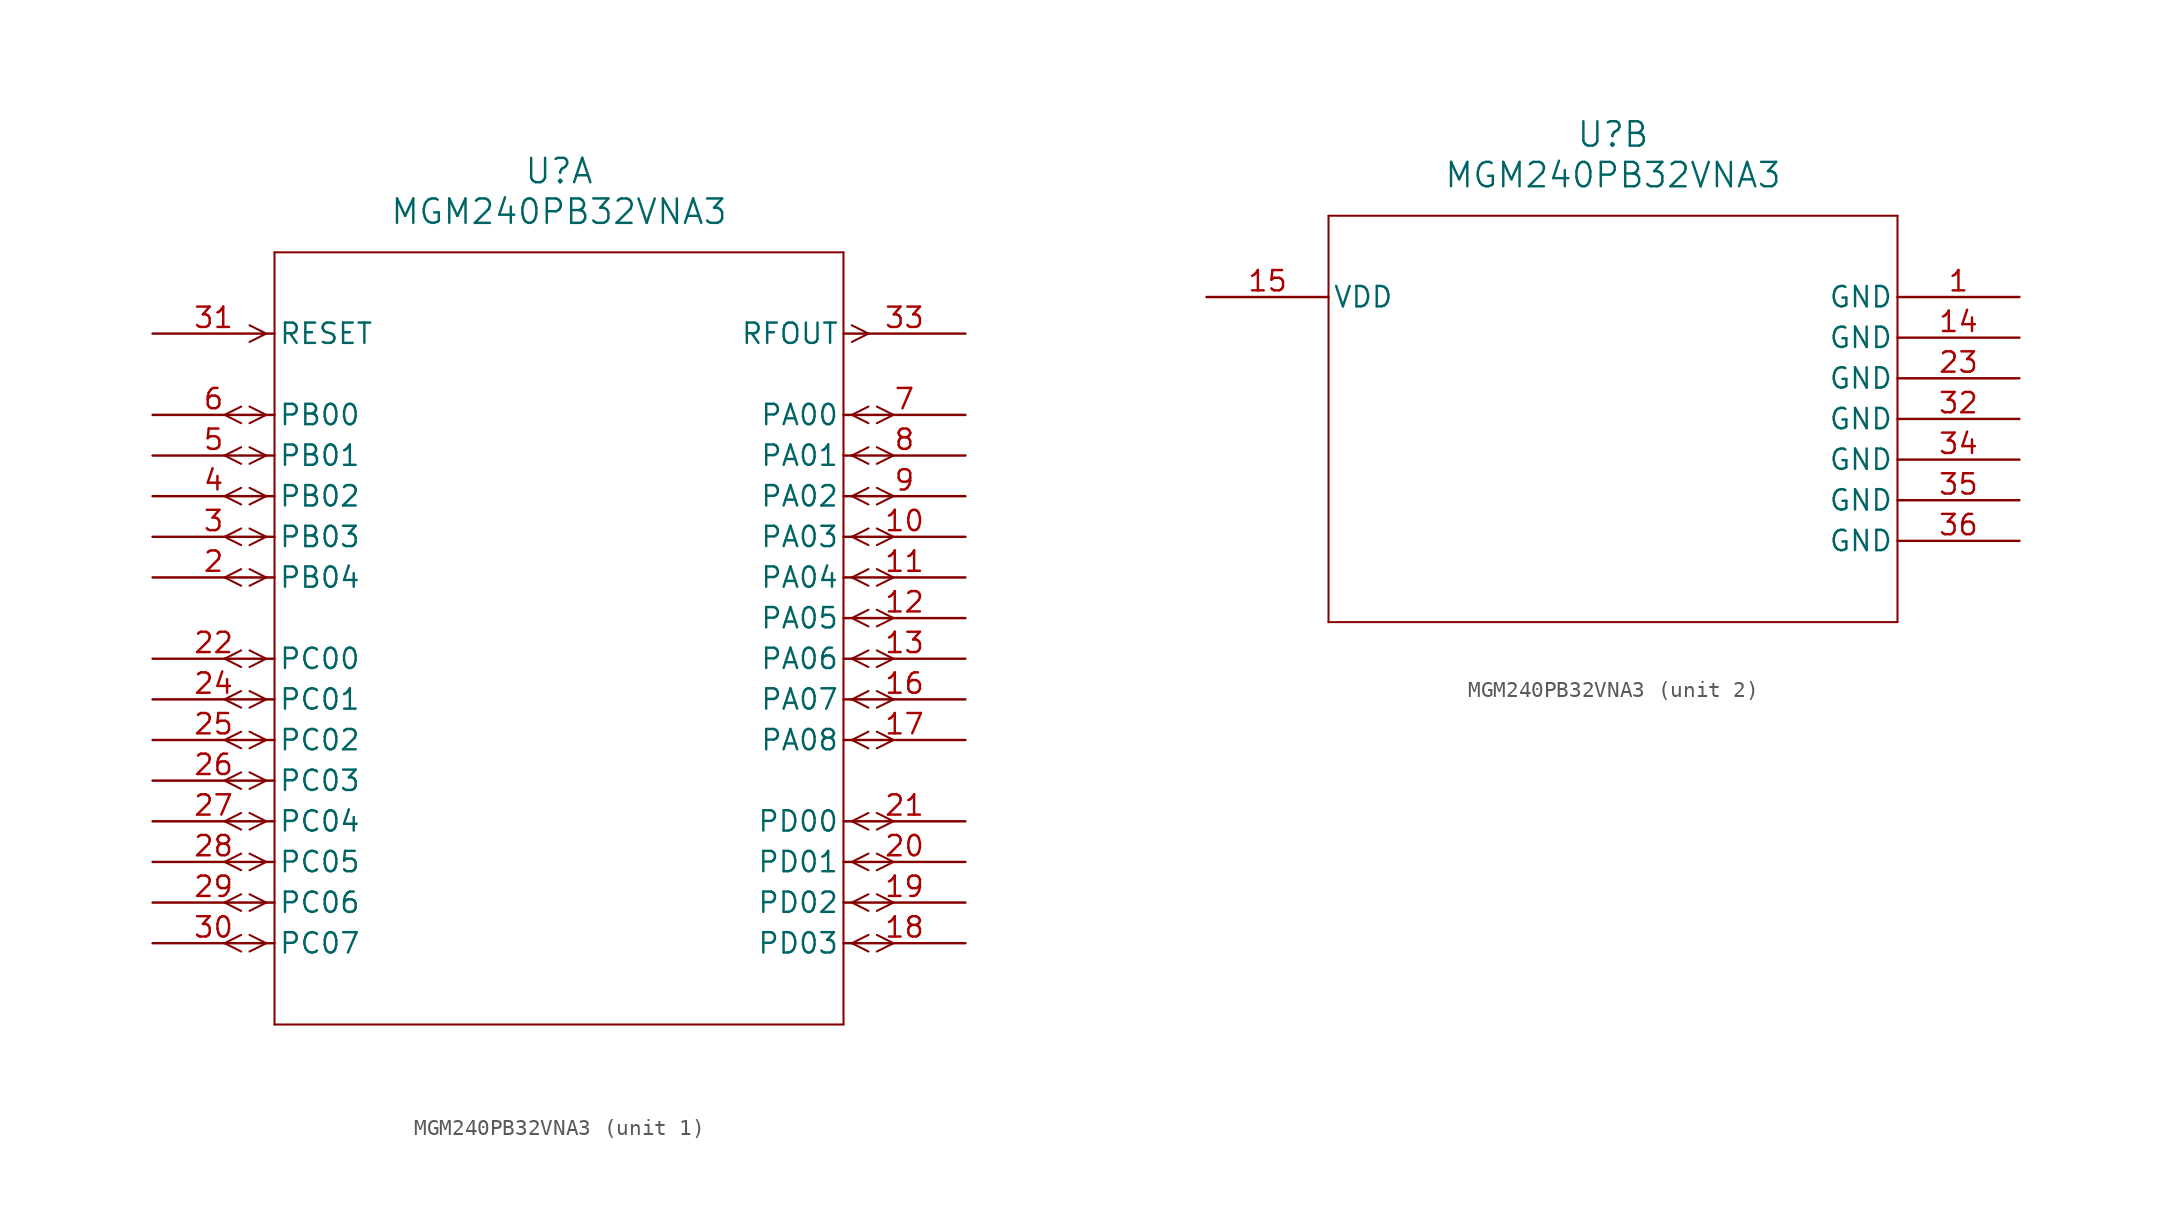
<source format=kicad_sym>
(kicad_symbol_lib
  (version 20211014)
  (generator kicad_symbol_editor)
  (symbol "MGM240PB32VNA3"
    (pin_names
      (offset 0.254))
    (property "Reference" "U"
      (at 25.4 10.16 0)
      (effects (font (size 1.524 1.524))))
    (property "Value" "MGM240PB32VNA3"
      (at 25.4 7.62 0)
      (effects (font (size 1.524 1.524))))
    (symbol "MGM240PB32VNA3_1_1"
      (polyline (pts (xy 7.099 0) (xy 6.058 0.521)) (stroke (width 0.127) (type default) (color 0 0 0 0)) (fill (type none)))
      (polyline (pts (xy 7.099 0) (xy 6.058 -0.521)) (stroke (width 0.127) (type default) (color 0 0 0 0)) (fill (type none)))
      (polyline (pts (xy 7.099 -5.08) (xy 6.058 -4.559)) (stroke (width 0.127) (type default) (color 0 0 0 0)) (fill (type none)))
      (polyline (pts (xy 7.099 -5.08) (xy 6.058 -5.601)) (stroke (width 0.127) (type default) (color 0 0 0 0)) (fill (type none)))
      (polyline (pts (xy 5.537 -4.559) (xy 4.496 -5.08)) (stroke (width 0.127) (type default) (color 0 0 0 0)) (fill (type none)))
      (polyline (pts (xy 5.537 -5.601) (xy 4.496 -5.08)) (stroke (width 0.127) (type default) (color 0 0 0 0)) (fill (type none)))
      (polyline (pts (xy 7.099 -7.62) (xy 6.058 -7.099)) (stroke (width 0.127) (type default) (color 0 0 0 0)) (fill (type none)))
      (polyline (pts (xy 7.099 -7.62) (xy 6.058 -8.141)) (stroke (width 0.127) (type default) (color 0 0 0 0)) (fill (type none)))
      (polyline (pts (xy 5.537 -7.099) (xy 4.496 -7.62)) (stroke (width 0.127) (type default) (color 0 0 0 0)) (fill (type none)))
      (polyline (pts (xy 5.537 -8.141) (xy 4.496 -7.62)) (stroke (width 0.127) (type default) (color 0 0 0 0)) (fill (type none)))
      (polyline (pts (xy 7.099 -10.16) (xy 6.058 -9.639)) (stroke (width 0.127) (type default) (color 0 0 0 0)) (fill (type none)))
      (polyline (pts (xy 7.099 -10.16) (xy 6.058 -10.681)) (stroke (width 0.127) (type default) (color 0 0 0 0)) (fill (type none)))
      (polyline (pts (xy 5.537 -9.639) (xy 4.496 -10.16)) (stroke (width 0.127) (type default) (color 0 0 0 0)) (fill (type none)))
      (polyline (pts (xy 5.537 -10.681) (xy 4.496 -10.16)) (stroke (width 0.127) (type default) (color 0 0 0 0)) (fill (type none)))
      (polyline (pts (xy 7.099 -12.7) (xy 6.058 -12.179)) (stroke (width 0.127) (type default) (color 0 0 0 0)) (fill (type none)))
      (polyline (pts (xy 7.099 -12.7) (xy 6.058 -13.221)) (stroke (width 0.127) (type default) (color 0 0 0 0)) (fill (type none)))
      (polyline (pts (xy 5.537 -12.179) (xy 4.496 -12.7)) (stroke (width 0.127) (type default) (color 0 0 0 0)) (fill (type none)))
      (polyline (pts (xy 5.537 -13.221) (xy 4.496 -12.7)) (stroke (width 0.127) (type default) (color 0 0 0 0)) (fill (type none)))
      (polyline (pts (xy 7.099 -15.24) (xy 6.058 -14.719)) (stroke (width 0.127) (type default) (color 0 0 0 0)) (fill (type none)))
      (polyline (pts (xy 7.099 -15.24) (xy 6.058 -15.761)) (stroke (width 0.127) (type default) (color 0 0 0 0)) (fill (type none)))
      (polyline (pts (xy 5.537 -14.719) (xy 4.496 -15.24)) (stroke (width 0.127) (type default) (color 0 0 0 0)) (fill (type none)))
      (polyline (pts (xy 5.537 -15.761) (xy 4.496 -15.24)) (stroke (width 0.127) (type default) (color 0 0 0 0)) (fill (type none)))
      (polyline (pts (xy 7.099 -20.32) (xy 6.058 -19.799)) (stroke (width 0.127) (type default) (color 0 0 0 0)) (fill (type none)))
      (polyline (pts (xy 7.099 -20.32) (xy 6.058 -20.841)) (stroke (width 0.127) (type default) (color 0 0 0 0)) (fill (type none)))
      (polyline (pts (xy 5.537 -19.799) (xy 4.496 -20.32)) (stroke (width 0.127) (type default) (color 0 0 0 0)) (fill (type none)))
      (polyline (pts (xy 5.537 -20.841) (xy 4.496 -20.32)) (stroke (width 0.127) (type default) (color 0 0 0 0)) (fill (type none)))
      (polyline (pts (xy 7.099 -22.86) (xy 6.058 -22.339)) (stroke (width 0.127) (type default) (color 0 0 0 0)) (fill (type none)))
      (polyline (pts (xy 7.099 -22.86) (xy 6.058 -23.381)) (stroke (width 0.127) (type default) (color 0 0 0 0)) (fill (type none)))
      (polyline (pts (xy 5.537 -22.339) (xy 4.496 -22.86)) (stroke (width 0.127) (type default) (color 0 0 0 0)) (fill (type none)))
      (polyline (pts (xy 5.537 -23.381) (xy 4.496 -22.86)) (stroke (width 0.127) (type default) (color 0 0 0 0)) (fill (type none)))
      (polyline (pts (xy 7.099 -25.4) (xy 6.058 -24.879)) (stroke (width 0.127) (type default) (color 0 0 0 0)) (fill (type none)))
      (polyline (pts (xy 7.099 -25.4) (xy 6.058 -25.921)) (stroke (width 0.127) (type default) (color 0 0 0 0)) (fill (type none)))
      (polyline (pts (xy 5.537 -24.879) (xy 4.496 -25.4)) (stroke (width 0.127) (type default) (color 0 0 0 0)) (fill (type none)))
      (polyline (pts (xy 5.537 -25.921) (xy 4.496 -25.4)) (stroke (width 0.127) (type default) (color 0 0 0 0)) (fill (type none)))
      (polyline (pts (xy 7.099 -27.94) (xy 6.058 -27.419)) (stroke (width 0.127) (type default) (color 0 0 0 0)) (fill (type none)))
      (polyline (pts (xy 7.099 -27.94) (xy 6.058 -28.461)) (stroke (width 0.127) (type default) (color 0 0 0 0)) (fill (type none)))
      (polyline (pts (xy 5.537 -27.419) (xy 4.496 -27.94)) (stroke (width 0.127) (type default) (color 0 0 0 0)) (fill (type none)))
      (polyline (pts (xy 5.537 -28.461) (xy 4.496 -27.94)) (stroke (width 0.127) (type default) (color 0 0 0 0)) (fill (type none)))
      (polyline (pts (xy 7.099 -30.48) (xy 6.058 -29.959)) (stroke (width 0.127) (type default) (color 0 0 0 0)) (fill (type none)))
      (polyline (pts (xy 7.099 -30.48) (xy 6.058 -31.001)) (stroke (width 0.127) (type default) (color 0 0 0 0)) (fill (type none)))
      (polyline (pts (xy 5.537 -29.959) (xy 4.496 -30.48)) (stroke (width 0.127) (type default) (color 0 0 0 0)) (fill (type none)))
      (polyline (pts (xy 5.537 -31.001) (xy 4.496 -30.48)) (stroke (width 0.127) (type default) (color 0 0 0 0)) (fill (type none)))
      (polyline (pts (xy 7.099 -33.02) (xy 6.058 -32.499)) (stroke (width 0.127) (type default) (color 0 0 0 0)) (fill (type none)))
      (polyline (pts (xy 7.099 -33.02) (xy 6.058 -33.541)) (stroke (width 0.127) (type default) (color 0 0 0 0)) (fill (type none)))
      (polyline (pts (xy 5.537 -32.499) (xy 4.496 -33.02)) (stroke (width 0.127) (type default) (color 0 0 0 0)) (fill (type none)))
      (polyline (pts (xy 5.537 -33.541) (xy 4.496 -33.02)) (stroke (width 0.127) (type default) (color 0 0 0 0)) (fill (type none)))
      (polyline (pts (xy 7.099 -35.56) (xy 6.058 -35.039)) (stroke (width 0.127) (type default) (color 0 0 0 0)) (fill (type none)))
      (polyline (pts (xy 7.099 -35.56) (xy 6.058 -36.081)) (stroke (width 0.127) (type default) (color 0 0 0 0)) (fill (type none)))
      (polyline (pts (xy 5.537 -35.039) (xy 4.496 -35.56)) (stroke (width 0.127) (type default) (color 0 0 0 0)) (fill (type none)))
      (polyline (pts (xy 5.537 -36.081) (xy 4.496 -35.56)) (stroke (width 0.127) (type default) (color 0 0 0 0)) (fill (type none)))
      (polyline (pts (xy 7.099 -38.1) (xy 6.058 -37.579)) (stroke (width 0.127) (type default) (color 0 0 0 0)) (fill (type none)))
      (polyline (pts (xy 7.099 -38.1) (xy 6.058 -38.621)) (stroke (width 0.127) (type default) (color 0 0 0 0)) (fill (type none)))
      (polyline (pts (xy 5.537 -37.579) (xy 4.496 -38.1)) (stroke (width 0.127) (type default) (color 0 0 0 0)) (fill (type none)))
      (polyline (pts (xy 5.537 -38.621) (xy 4.496 -38.1)) (stroke (width 0.127) (type default) (color 0 0 0 0)) (fill (type none)))
      (polyline (pts (xy 43.701 0.521) (xy 44.742 0)) (stroke (width 0.127) (type default) (color 0 0 0 0)) (fill (type none)))
      (polyline (pts (xy 43.701 -0.521) (xy 44.742 0)) (stroke (width 0.127) (type default) (color 0 0 0 0)) (fill (type none)))
      (polyline (pts (xy 43.701 -5.08) (xy 44.742 -4.559)) (stroke (width 0.127) (type default) (color 0 0 0 0)) (fill (type none)))
      (polyline (pts (xy 43.701 -5.08) (xy 44.742 -5.601)) (stroke (width 0.127) (type default) (color 0 0 0 0)) (fill (type none)))
      (polyline (pts (xy 45.263 -4.559) (xy 46.304 -5.08)) (stroke (width 0.127) (type default) (color 0 0 0 0)) (fill (type none)))
      (polyline (pts (xy 45.263 -5.601) (xy 46.304 -5.08)) (stroke (width 0.127) (type default) (color 0 0 0 0)) (fill (type none)))
      (polyline (pts (xy 43.701 -7.62) (xy 44.742 -7.099)) (stroke (width 0.127) (type default) (color 0 0 0 0)) (fill (type none)))
      (polyline (pts (xy 43.701 -7.62) (xy 44.742 -8.141)) (stroke (width 0.127) (type default) (color 0 0 0 0)) (fill (type none)))
      (polyline (pts (xy 45.263 -7.099) (xy 46.304 -7.62)) (stroke (width 0.127) (type default) (color 0 0 0 0)) (fill (type none)))
      (polyline (pts (xy 45.263 -8.141) (xy 46.304 -7.62)) (stroke (width 0.127) (type default) (color 0 0 0 0)) (fill (type none)))
      (polyline (pts (xy 43.701 -10.16) (xy 44.742 -9.639)) (stroke (width 0.127) (type default) (color 0 0 0 0)) (fill (type none)))
      (polyline (pts (xy 43.701 -10.16) (xy 44.742 -10.681)) (stroke (width 0.127) (type default) (color 0 0 0 0)) (fill (type none)))
      (polyline (pts (xy 45.263 -9.639) (xy 46.304 -10.16)) (stroke (width 0.127) (type default) (color 0 0 0 0)) (fill (type none)))
      (polyline (pts (xy 45.263 -10.681) (xy 46.304 -10.16)) (stroke (width 0.127) (type default) (color 0 0 0 0)) (fill (type none)))
      (polyline (pts (xy 43.701 -12.7) (xy 44.742 -12.179)) (stroke (width 0.127) (type default) (color 0 0 0 0)) (fill (type none)))
      (polyline (pts (xy 43.701 -12.7) (xy 44.742 -13.221)) (stroke (width 0.127) (type default) (color 0 0 0 0)) (fill (type none)))
      (polyline (pts (xy 45.263 -12.179) (xy 46.304 -12.7)) (stroke (width 0.127) (type default) (color 0 0 0 0)) (fill (type none)))
      (polyline (pts (xy 45.263 -13.221) (xy 46.304 -12.7)) (stroke (width 0.127) (type default) (color 0 0 0 0)) (fill (type none)))
      (polyline (pts (xy 43.701 -15.24) (xy 44.742 -14.719)) (stroke (width 0.127) (type default) (color 0 0 0 0)) (fill (type none)))
      (polyline (pts (xy 43.701 -15.24) (xy 44.742 -15.761)) (stroke (width 0.127) (type default) (color 0 0 0 0)) (fill (type none)))
      (polyline (pts (xy 45.263 -14.719) (xy 46.304 -15.24)) (stroke (width 0.127) (type default) (color 0 0 0 0)) (fill (type none)))
      (polyline (pts (xy 45.263 -15.761) (xy 46.304 -15.24)) (stroke (width 0.127) (type default) (color 0 0 0 0)) (fill (type none)))
      (polyline (pts (xy 43.701 -17.78) (xy 44.742 -17.259)) (stroke (width 0.127) (type default) (color 0 0 0 0)) (fill (type none)))
      (polyline (pts (xy 43.701 -17.78) (xy 44.742 -18.301)) (stroke (width 0.127) (type default) (color 0 0 0 0)) (fill (type none)))
      (polyline (pts (xy 45.263 -17.259) (xy 46.304 -17.78)) (stroke (width 0.127) (type default) (color 0 0 0 0)) (fill (type none)))
      (polyline (pts (xy 45.263 -18.301) (xy 46.304 -17.78)) (stroke (width 0.127) (type default) (color 0 0 0 0)) (fill (type none)))
      (polyline (pts (xy 43.701 -20.32) (xy 44.742 -19.799)) (stroke (width 0.127) (type default) (color 0 0 0 0)) (fill (type none)))
      (polyline (pts (xy 43.701 -20.32) (xy 44.742 -20.841)) (stroke (width 0.127) (type default) (color 0 0 0 0)) (fill (type none)))
      (polyline (pts (xy 45.263 -19.799) (xy 46.304 -20.32)) (stroke (width 0.127) (type default) (color 0 0 0 0)) (fill (type none)))
      (polyline (pts (xy 45.263 -20.841) (xy 46.304 -20.32)) (stroke (width 0.127) (type default) (color 0 0 0 0)) (fill (type none)))
      (polyline (pts (xy 43.701 -22.86) (xy 44.742 -22.339)) (stroke (width 0.127) (type default) (color 0 0 0 0)) (fill (type none)))
      (polyline (pts (xy 43.701 -22.86) (xy 44.742 -23.381)) (stroke (width 0.127) (type default) (color 0 0 0 0)) (fill (type none)))
      (polyline (pts (xy 45.263 -22.339) (xy 46.304 -22.86)) (stroke (width 0.127) (type default) (color 0 0 0 0)) (fill (type none)))
      (polyline (pts (xy 45.263 -23.381) (xy 46.304 -22.86)) (stroke (width 0.127) (type default) (color 0 0 0 0)) (fill (type none)))
      (polyline (pts (xy 43.701 -25.4) (xy 44.742 -24.879)) (stroke (width 0.127) (type default) (color 0 0 0 0)) (fill (type none)))
      (polyline (pts (xy 43.701 -25.4) (xy 44.742 -25.921)) (stroke (width 0.127) (type default) (color 0 0 0 0)) (fill (type none)))
      (polyline (pts (xy 45.263 -24.879) (xy 46.304 -25.4)) (stroke (width 0.127) (type default) (color 0 0 0 0)) (fill (type none)))
      (polyline (pts (xy 45.263 -25.921) (xy 46.304 -25.4)) (stroke (width 0.127) (type default) (color 0 0 0 0)) (fill (type none)))
      (polyline (pts (xy 43.701 -30.48) (xy 44.742 -29.959)) (stroke (width 0.127) (type default) (color 0 0 0 0)) (fill (type none)))
      (polyline (pts (xy 43.701 -30.48) (xy 44.742 -31.001)) (stroke (width 0.127) (type default) (color 0 0 0 0)) (fill (type none)))
      (polyline (pts (xy 45.263 -29.959) (xy 46.304 -30.48)) (stroke (width 0.127) (type default) (color 0 0 0 0)) (fill (type none)))
      (polyline (pts (xy 45.263 -31.001) (xy 46.304 -30.48)) (stroke (width 0.127) (type default) (color 0 0 0 0)) (fill (type none)))
      (polyline (pts (xy 43.701 -33.02) (xy 44.742 -32.499)) (stroke (width 0.127) (type default) (color 0 0 0 0)) (fill (type none)))
      (polyline (pts (xy 43.701 -33.02) (xy 44.742 -33.541)) (stroke (width 0.127) (type default) (color 0 0 0 0)) (fill (type none)))
      (polyline (pts (xy 45.263 -32.499) (xy 46.304 -33.02)) (stroke (width 0.127) (type default) (color 0 0 0 0)) (fill (type none)))
      (polyline (pts (xy 45.263 -33.541) (xy 46.304 -33.02)) (stroke (width 0.127) (type default) (color 0 0 0 0)) (fill (type none)))
      (polyline (pts (xy 43.701 -35.56) (xy 44.742 -35.039)) (stroke (width 0.127) (type default) (color 0 0 0 0)) (fill (type none)))
      (polyline (pts (xy 43.701 -35.56) (xy 44.742 -36.081)) (stroke (width 0.127) (type default) (color 0 0 0 0)) (fill (type none)))
      (polyline (pts (xy 45.263 -35.039) (xy 46.304 -35.56)) (stroke (width 0.127) (type default) (color 0 0 0 0)) (fill (type none)))
      (polyline (pts (xy 45.263 -36.081) (xy 46.304 -35.56)) (stroke (width 0.127) (type default) (color 0 0 0 0)) (fill (type none)))
      (polyline (pts (xy 43.701 -38.1) (xy 44.742 -37.579)) (stroke (width 0.127) (type default) (color 0 0 0 0)) (fill (type none)))
      (polyline (pts (xy 43.701 -38.1) (xy 44.742 -38.621)) (stroke (width 0.127) (type default) (color 0 0 0 0)) (fill (type none)))
      (polyline (pts (xy 45.263 -37.579) (xy 46.304 -38.1)) (stroke (width 0.127) (type default) (color 0 0 0 0)) (fill (type none)))
      (polyline (pts (xy 45.263 -38.621) (xy 46.304 -38.1)) (stroke (width 0.127) (type default) (color 0 0 0 0)) (fill (type none)))
      (polyline (pts (xy 7.62 5.08) (xy 7.62 -43.18)) (stroke (width 0.127) (type default) (color 0 0 0 0)) (fill (type none)))
      (polyline (pts (xy 7.62 -43.18) (xy 43.18 -43.18)) (stroke (width 0.127) (type default) (color 0 0 0 0)) (fill (type none)))
      (polyline (pts (xy 43.18 -43.18) (xy 43.18 5.08)) (stroke (width 0.127) (type default) (color 0 0 0 0)) (fill (type none)))
      (polyline (pts (xy 43.18 5.08) (xy 7.62 5.08)) (stroke (width 0.127) (type default) (color 0 0 0 0)) (fill (type none)))
      (pin bidirectional line (at 0 -15.24 0) (length 7.62) (name "PB04" (effects (font (size 1.27 1.27)))) (number "2" (effects (font (size 1.27 1.27)))))
      (pin bidirectional line (at 0 -12.7 0) (length 7.62) (name "PB03" (effects (font (size 1.27 1.27)))) (number "3" (effects (font (size 1.27 1.27)))))
      (pin bidirectional line (at 0 -10.16 0) (length 7.62) (name "PB02" (effects (font (size 1.27 1.27)))) (number "4" (effects (font (size 1.27 1.27)))))
      (pin bidirectional line (at 0 -7.62 0) (length 7.62) (name "PB01" (effects (font (size 1.27 1.27)))) (number "5" (effects (font (size 1.27 1.27)))))
      (pin bidirectional line (at 0 -5.08 0) (length 7.62) (name "PB00" (effects (font (size 1.27 1.27)))) (number "6" (effects (font (size 1.27 1.27)))))
      (pin bidirectional line (at 50.8 -5.08 180) (length 7.62) (name "PA00" (effects (font (size 1.27 1.27)))) (number "7" (effects (font (size 1.27 1.27)))))
      (pin bidirectional line (at 50.8 -7.62 180) (length 7.62) (name "PA01" (effects (font (size 1.27 1.27)))) (number "8" (effects (font (size 1.27 1.27)))))
      (pin bidirectional line (at 50.8 -10.16 180) (length 7.62) (name "PA02" (effects (font (size 1.27 1.27)))) (number "9" (effects (font (size 1.27 1.27)))))
      (pin bidirectional line (at 50.8 -12.7 180) (length 7.62) (name "PA03" (effects (font (size 1.27 1.27)))) (number "10" (effects (font (size 1.27 1.27)))))
      (pin bidirectional line (at 50.8 -15.24 180) (length 7.62) (name "PA04" (effects (font (size 1.27 1.27)))) (number "11" (effects (font (size 1.27 1.27)))))
      (pin bidirectional line (at 50.8 -17.78 180) (length 7.62) (name "PA05" (effects (font (size 1.27 1.27)))) (number "12" (effects (font (size 1.27 1.27)))))
      (pin bidirectional line (at 50.8 -20.32 180) (length 7.62) (name "PA06" (effects (font (size 1.27 1.27)))) (number "13" (effects (font (size 1.27 1.27)))))
      (pin bidirectional line (at 50.8 -22.86 180) (length 7.62) (name "PA07" (effects (font (size 1.27 1.27)))) (number "16" (effects (font (size 1.27 1.27)))))
      (pin bidirectional line (at 50.8 -25.4 180) (length 7.62) (name "PA08" (effects (font (size 1.27 1.27)))) (number "17" (effects (font (size 1.27 1.27)))))
      (pin bidirectional line (at 50.8 -38.1 180) (length 7.62) (name "PD03" (effects (font (size 1.27 1.27)))) (number "18" (effects (font (size 1.27 1.27)))))
      (pin bidirectional line (at 50.8 -35.56 180) (length 7.62) (name "PD02" (effects (font (size 1.27 1.27)))) (number "19" (effects (font (size 1.27 1.27)))))
      (pin bidirectional line (at 50.8 -33.02 180) (length 7.62) (name "PD01" (effects (font (size 1.27 1.27)))) (number "20" (effects (font (size 1.27 1.27)))))
      (pin bidirectional line (at 50.8 -30.48 180) (length 7.62) (name "PD00" (effects (font (size 1.27 1.27)))) (number "21" (effects (font (size 1.27 1.27)))))
      (pin bidirectional line (at 0 -20.32 0) (length 7.62) (name "PC00" (effects (font (size 1.27 1.27)))) (number "22" (effects (font (size 1.27 1.27)))))
      (pin bidirectional line (at 0 -22.86 0) (length 7.62) (name "PC01" (effects (font (size 1.27 1.27)))) (number "24" (effects (font (size 1.27 1.27)))))
      (pin bidirectional line (at 0 -25.4 0) (length 7.62) (name "PC02" (effects (font (size 1.27 1.27)))) (number "25" (effects (font (size 1.27 1.27)))))
      (pin bidirectional line (at 0 -27.94 0) (length 7.62) (name "PC03" (effects (font (size 1.27 1.27)))) (number "26" (effects (font (size 1.27 1.27)))))
      (pin bidirectional line (at 0 -30.48 0) (length 7.62) (name "PC04" (effects (font (size 1.27 1.27)))) (number "27" (effects (font (size 1.27 1.27)))))
      (pin bidirectional line (at 0 -33.02 0) (length 7.62) (name "PC05" (effects (font (size 1.27 1.27)))) (number "28" (effects (font (size 1.27 1.27)))))
      (pin bidirectional line (at 0 -35.56 0) (length 7.62) (name "PC06" (effects (font (size 1.27 1.27)))) (number "29" (effects (font (size 1.27 1.27)))))
      (pin bidirectional line (at 0 -38.1 0) (length 7.62) (name "PC07" (effects (font (size 1.27 1.27)))) (number "30" (effects (font (size 1.27 1.27)))))
      (pin input line (at 0 0 0) (length 7.62) (name "RESET" (effects (font (size 1.27 1.27)))) (number "31" (effects (font (size 1.27 1.27)))))
      (pin output line (at 50.8 0 180) (length 7.62) (name "RFOUT" (effects (font (size 1.27 1.27)))) (number "33" (effects (font (size 1.27 1.27))))))
    (symbol "MGM240PB32VNA3_2_1"
      (polyline (pts (xy 7.62 5.08) (xy 7.62 -20.32)) (stroke (width 0.127) (type default) (color 0 0 0 0)) (fill (type none)))
      (polyline (pts (xy 7.62 -20.32) (xy 43.18 -20.32)) (stroke (width 0.127) (type default) (color 0 0 0 0)) (fill (type none)))
      (polyline (pts (xy 43.18 -20.32) (xy 43.18 5.08)) (stroke (width 0.127) (type default) (color 0 0 0 0)) (fill (type none)))
      (polyline (pts (xy 43.18 5.08) (xy 7.62 5.08)) (stroke (width 0.127) (type default) (color 0 0 0 0)) (fill (type none)))
      (pin power_in line (at 50.8 0 180) (length 7.62) (name "GND" (effects (font (size 1.27 1.27)))) (number "1" (effects (font (size 1.27 1.27)))))
      (pin power_in line (at 50.8 -2.54 180) (length 7.62) (name "GND" (effects (font (size 1.27 1.27)))) (number "14" (effects (font (size 1.27 1.27)))))
      (pin power_in line (at 0 0 0) (length 7.62) (name "VDD" (effects (font (size 1.27 1.27)))) (number "15" (effects (font (size 1.27 1.27)))))
      (pin power_in line (at 50.8 -5.08 180) (length 7.62) (name "GND" (effects (font (size 1.27 1.27)))) (number "23" (effects (font (size 1.27 1.27)))))
      (pin power_in line (at 50.8 -7.62 180) (length 7.62) (name "GND" (effects (font (size 1.27 1.27)))) (number "32" (effects (font (size 1.27 1.27)))))
      (pin power_in line (at 50.8 -10.16 180) (length 7.62) (name "GND" (effects (font (size 1.27 1.27)))) (number "34" (effects (font (size 1.27 1.27)))))
      (pin power_in line (at 50.8 -12.7 180) (length 7.62) (name "GND" (effects (font (size 1.27 1.27)))) (number "35" (effects (font (size 1.27 1.27)))))
      (pin power_in line (at 50.8 -15.24 180) (length 7.62) (name "GND" (effects (font (size 1.27 1.27)))) (number "36" (effects (font (size 1.27 1.27))))))))
</source>
